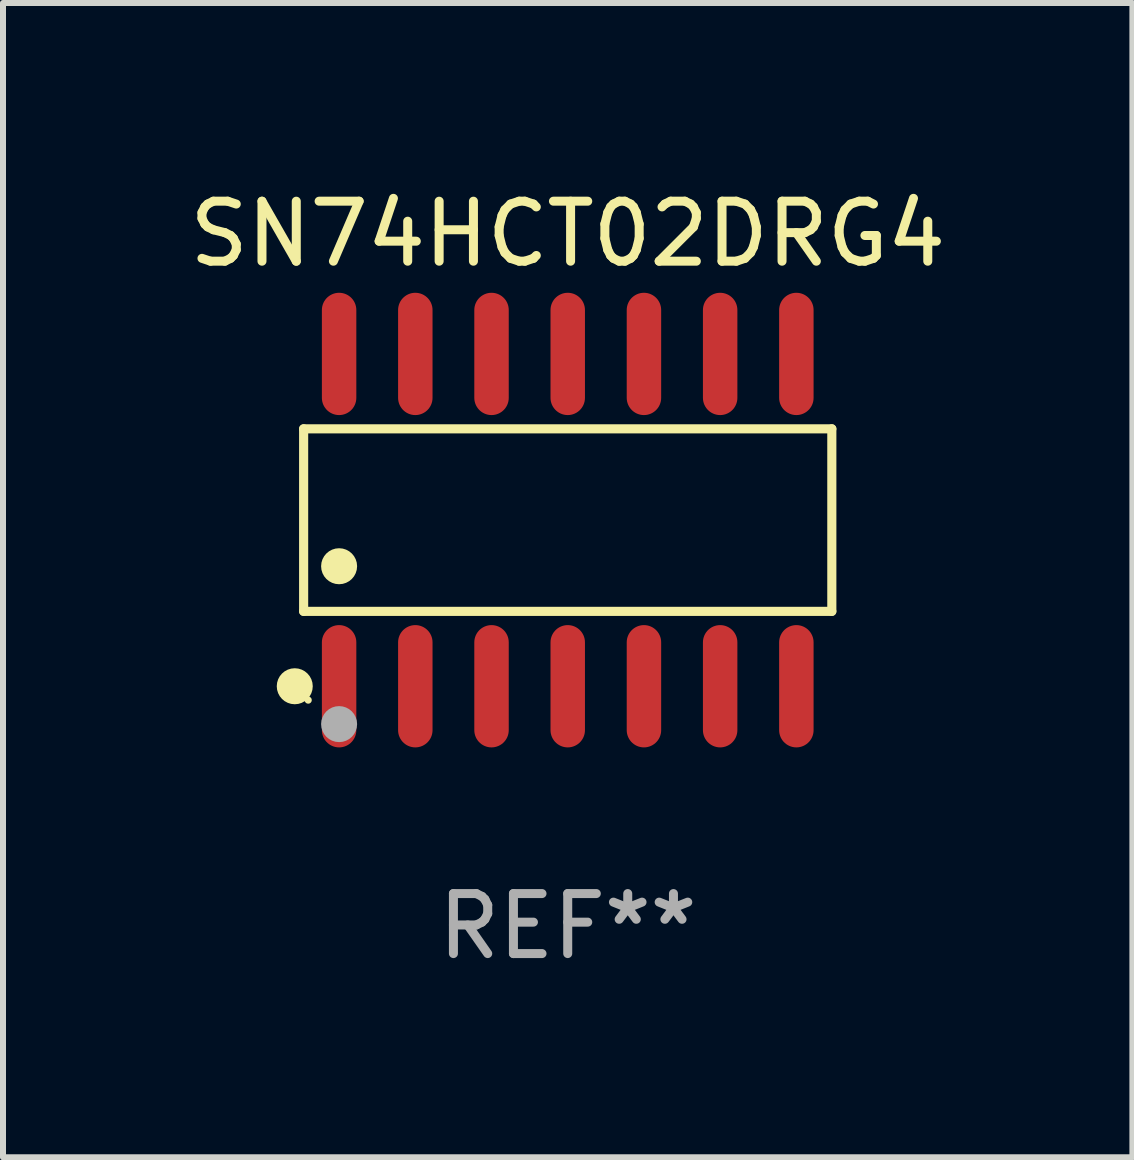
<source format=kicad_pcb>
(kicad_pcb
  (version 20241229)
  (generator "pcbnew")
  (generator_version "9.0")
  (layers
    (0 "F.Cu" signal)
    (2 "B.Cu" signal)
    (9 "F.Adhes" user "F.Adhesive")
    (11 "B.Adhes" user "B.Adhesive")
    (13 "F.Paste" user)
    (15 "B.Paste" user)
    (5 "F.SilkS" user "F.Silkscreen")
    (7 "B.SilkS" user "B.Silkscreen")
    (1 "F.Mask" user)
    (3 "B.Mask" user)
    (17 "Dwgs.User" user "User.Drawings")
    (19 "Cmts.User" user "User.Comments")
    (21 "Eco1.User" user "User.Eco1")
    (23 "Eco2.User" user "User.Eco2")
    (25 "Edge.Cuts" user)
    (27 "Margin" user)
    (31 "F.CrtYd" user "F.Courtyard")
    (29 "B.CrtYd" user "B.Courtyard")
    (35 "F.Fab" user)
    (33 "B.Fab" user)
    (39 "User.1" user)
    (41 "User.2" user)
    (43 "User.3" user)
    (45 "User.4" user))
  (footprint "SN74HCT02DRG4"
    (layer "F.Cu")
    (at 6.411 5.617)
    (property "Reference" "SN74HCT02DRG4" (at 0 -4.769 0) (layer "F.SilkS") (effects (font (size 1 1) (thickness 0.15))))
    (attr through_hole)
    (fp_line (start -4.401 -1.521) (end 4.401 -1.521) (stroke (width 0.152) (type solid)) (layer "F.SilkS"))
    (fp_line (start -4.401 1.521) (end -4.401 -1.521) (stroke (width 0.152) (type solid)) (layer "F.SilkS"))
    (fp_line (start 4.401 -1.521) (end 4.401 1.521) (stroke (width 0.152) (type solid)) (layer "F.SilkS"))
    (fp_line (start 4.401 1.521) (end -4.401 1.521) (stroke (width 0.152) (type solid)) (layer "F.SilkS"))
    (fp_circle (center -4.549 2.769) (end -4.399 2.769) (stroke (width 0.3) (type solid)) (fill no) (layer "F.SilkS"))
    (fp_circle (center -4.325 3) (end -4.295 3) (stroke (width 0.06) (type solid)) (fill no) (layer "F.SilkS"))
    (fp_circle (center -3.81 0.769) (end -3.66 0.769) (stroke (width 0.3) (type solid)) (fill no) (layer "F.SilkS"))
    (fp_circle (center -3.81 3.4) (end -3.66 3.4) (stroke (width 0.3) (type solid)) (fill no) (layer "F.Fab"))
    (fp_text user "REF**" (at 0 6.769 0) (layer "F.Fab") (effects (font (size 1 1) (thickness 0.15))))
    (pad "1" smd oval (at -3.81 2.769) (size 0.574 2.038) (layers "F.Cu" "F.Mask" "F.Paste"))
    (pad "2" smd oval (at -2.54 2.769) (size 0.574 2.038) (layers "F.Cu" "F.Mask" "F.Paste"))
    (pad "3" smd oval (at -1.27 2.769) (size 0.574 2.038) (layers "F.Cu" "F.Mask" "F.Paste"))
    (pad "4" smd oval (at 0 2.769) (size 0.574 2.038) (layers "F.Cu" "F.Mask" "F.Paste"))
    (pad "5" smd oval (at 1.27 2.769) (size 0.574 2.038) (layers "F.Cu" "F.Mask" "F.Paste"))
    (pad "6" smd oval (at 2.54 2.769) (size 0.574 2.038) (layers "F.Cu" "F.Mask" "F.Paste"))
    (pad "7" smd oval (at 3.81 2.769) (size 0.574 2.038) (layers "F.Cu" "F.Mask" "F.Paste"))
    (pad "8" smd oval (at 3.81 -2.769) (size 0.574 2.038) (layers "F.Cu" "F.Mask" "F.Paste"))
    (pad "9" smd oval (at 2.54 -2.769) (size 0.574 2.038) (layers "F.Cu" "F.Mask" "F.Paste"))
    (pad "10" smd oval (at 1.27 -2.769) (size 0.574 2.038) (layers "F.Cu" "F.Mask" "F.Paste"))
    (pad "11" smd oval (at 0 -2.769) (size 0.574 2.038) (layers "F.Cu" "F.Mask" "F.Paste"))
    (pad "12" smd oval (at -1.27 -2.769) (size 0.574 2.038) (layers "F.Cu" "F.Mask" "F.Paste"))
    (pad "13" smd oval (at -2.54 -2.769) (size 0.574 2.038) (layers "F.Cu" "F.Mask" "F.Paste"))
    (pad "14" smd oval (at -3.81 -2.769) (size 0.574 2.038) (layers "F.Cu" "F.Mask" "F.Paste")))
  (gr_rect
    (start -3 -3)
    (end 15.821 16.235)
    (stroke (width 0.1) (type default))
    (fill no)
    (layer "Edge.Cuts")))
</source>
